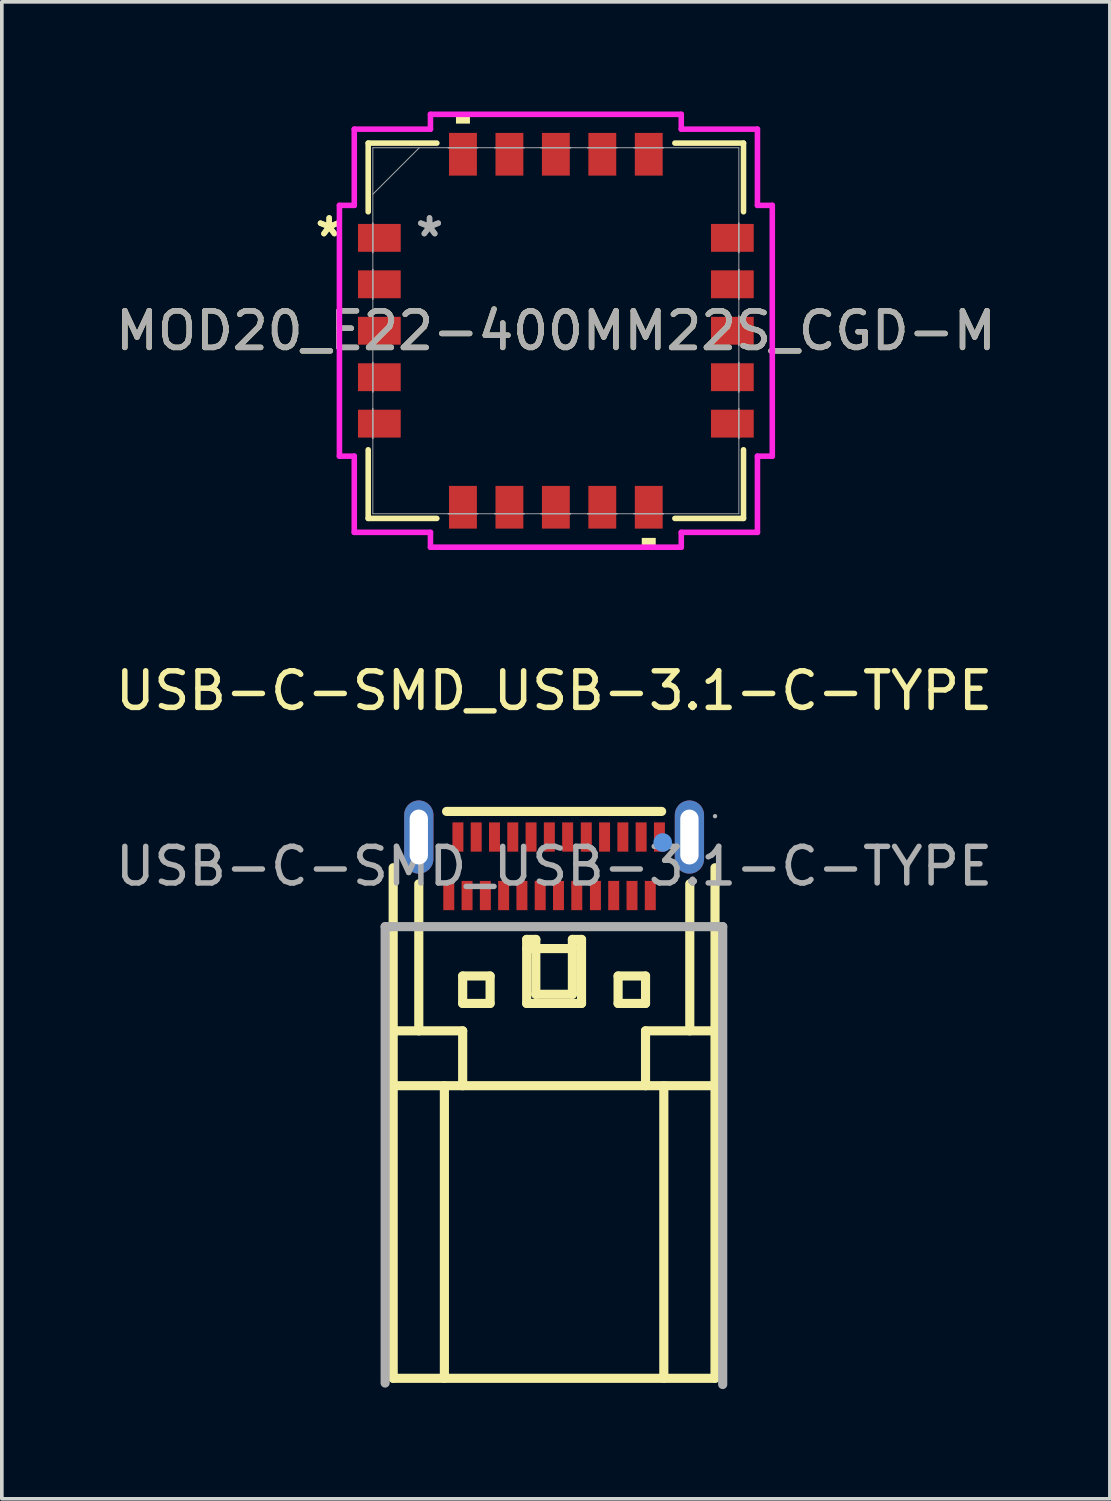
<source format=kicad_pcb>
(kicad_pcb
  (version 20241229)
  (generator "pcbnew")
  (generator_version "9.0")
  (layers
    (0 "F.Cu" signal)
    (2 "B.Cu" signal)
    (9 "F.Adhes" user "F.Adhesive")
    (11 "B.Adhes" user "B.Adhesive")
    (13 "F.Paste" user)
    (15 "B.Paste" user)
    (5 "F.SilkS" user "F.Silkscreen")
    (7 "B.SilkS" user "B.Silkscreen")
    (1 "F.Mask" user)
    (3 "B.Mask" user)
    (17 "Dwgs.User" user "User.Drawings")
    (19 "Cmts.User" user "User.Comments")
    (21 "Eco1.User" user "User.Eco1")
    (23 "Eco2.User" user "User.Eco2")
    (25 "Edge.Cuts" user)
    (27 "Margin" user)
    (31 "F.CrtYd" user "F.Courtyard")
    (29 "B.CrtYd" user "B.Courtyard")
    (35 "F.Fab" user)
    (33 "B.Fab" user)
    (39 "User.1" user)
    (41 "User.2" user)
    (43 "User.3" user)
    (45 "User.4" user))
  (footprint "USB-C-SMD_USB-3.1-C-TYPE"
    (layer "F.Cu")
    (at 12.101 20.637)
    (property "Reference" "USB-C-SMD_USB-3.1-C-TYPE" (at 0 -4.8 0) (layer "F.SilkS") (effects (font (size 1 1) (thickness 0.15))))
    (attr through_hole)
    (fp_line (start -4.4 4.5) (end -2.5 4.5) (stroke (width 0.25) (type solid)) (layer "F.SilkS"))
    (fp_line (start -4.4 6) (end 4.4 6) (stroke (width 0.25) (type solid)) (layer "F.SilkS"))
    (fp_line (start -4.4 14) (end -4.4 0.04) (stroke (width 0.25) (type solid)) (layer "F.SilkS"))
    (fp_line (start -4.4 14) (end 4.4 14) (stroke (width 0.25) (type solid)) (layer "F.SilkS"))
    (fp_line (start -3.7 4.5) (end -3.7 0.48) (stroke (width 0.25) (type solid)) (layer "F.SilkS"))
    (fp_line (start -3 6) (end -3 14) (stroke (width 0.25) (type solid)) (layer "F.SilkS"))
    (fp_line (start -2.94 -1.5) (end 2.94 -1.5) (stroke (width 0.25) (type solid)) (layer "F.SilkS"))
    (fp_line (start -2.5 3) (end -2.5 3.75) (stroke (width 0.25) (type solid)) (layer "F.SilkS"))
    (fp_line (start -2.5 3.75) (end -1.75 3.75) (stroke (width 0.25) (type solid)) (layer "F.SilkS"))
    (fp_line (start -2.5 4.5) (end -2.5 6) (stroke (width 0.25) (type solid)) (layer "F.SilkS"))
    (fp_line (start -1.75 3) (end -2.5 3) (stroke (width 0.25) (type solid)) (layer "F.SilkS"))
    (fp_line (start -1.75 3.75) (end -1.75 3) (stroke (width 0.25) (type solid)) (layer "F.SilkS"))
    (fp_line (start -0.75 2) (end -0.75 3.75) (stroke (width 0.25) (type solid)) (layer "F.SilkS"))
    (fp_line (start -0.75 2) (end -0.5 2) (stroke (width 0.25) (type solid)) (layer "F.SilkS"))
    (fp_line (start -0.75 2.25) (end 0.5 2.25) (stroke (width 0.25) (type solid)) (layer "F.SilkS"))
    (fp_line (start -0.75 3.75) (end 0.75 3.75) (stroke (width 0.25) (type solid)) (layer "F.SilkS"))
    (fp_line (start -0.5 2) (end -0.5 3.5) (stroke (width 0.25) (type solid)) (layer "F.SilkS"))
    (fp_line (start -0.5 3.5) (end 0.5 3.5) (stroke (width 0.25) (type solid)) (layer "F.SilkS"))
    (fp_line (start 0.5 2) (end 0.75 2) (stroke (width 0.25) (type solid)) (layer "F.SilkS"))
    (fp_line (start 0.5 3.5) (end 0.5 2) (stroke (width 0.25) (type solid)) (layer "F.SilkS"))
    (fp_line (start 0.75 3.75) (end 0.75 2) (stroke (width 0.25) (type solid)) (layer "F.SilkS"))
    (fp_line (start 1.75 3) (end 1.75 3.75) (stroke (width 0.25) (type solid)) (layer "F.SilkS"))
    (fp_line (start 1.75 3.75) (end 2.5 3.75) (stroke (width 0.25) (type solid)) (layer "F.SilkS"))
    (fp_line (start 2.5 3) (end 1.75 3) (stroke (width 0.25) (type solid)) (layer "F.SilkS"))
    (fp_line (start 2.5 3.75) (end 2.5 3) (stroke (width 0.25) (type solid)) (layer "F.SilkS"))
    (fp_line (start 2.5 4.5) (end 2.5 6) (stroke (width 0.25) (type solid)) (layer "F.SilkS"))
    (fp_line (start 3 6) (end 3 14) (stroke (width 0.25) (type solid)) (layer "F.SilkS"))
    (fp_line (start 3.71 4.5) (end 3.71 0.48) (stroke (width 0.25) (type solid)) (layer "F.SilkS"))
    (fp_line (start 4.4 4.5) (end 2.5 4.5) (stroke (width 0.25) (type solid)) (layer "F.SilkS"))
    (fp_line (start 4.4 14) (end 4.4 0.04) (stroke (width 0.25) (type solid)) (layer "F.SilkS"))
    (fp_circle (center 2.97 -0.65) (end 3.1 -0.65) (stroke (width 0.25) (type solid)) (fill no) (layer "Cmts.User"))
    (fp_line (start -4.62 1.65) (end -4.62 14.13) (stroke (width 0.25) (type solid)) (layer "F.Fab"))
    (fp_line (start -4.45 1.65) (end -4.62 1.65) (stroke (width 0.25) (type solid)) (layer "F.Fab"))
    (fp_line (start -4.45 1.65) (end 4.44 1.65) (stroke (width 0.25) (type solid)) (layer "F.Fab"))
    (fp_line (start 4.44 1.65) (end 4.61 1.65) (stroke (width 0.25) (type solid)) (layer "F.Fab"))
    (fp_line (start 4.61 1.65) (end 4.61 14.17) (stroke (width 0.25) (type solid)) (layer "F.Fab"))
    (fp_circle (center 4.4 -1.37) (end 4.43 -1.37) (stroke (width 0.06) (type solid)) (fill no) (layer "F.Fab"))
    (fp_text user "${REFERENCE}" (at 0 0 0) (layer "F.Fab") (effects (font (size 1 1) (thickness 0.15))))
    (pad "25" thru_hole oval (at 3.7 -0.8) (size 0.8 2) (drill oval 0.5 1.5) (layers "*.Cu" "*.Mask"))
    (pad "26" thru_hole oval (at -3.7 -0.8) (size 0.8 2) (drill oval 0.5 1.5) (layers "*.Cu" "*.Mask"))
    (pad "A1" smd rect (at 2.88 -0.8 180) (size 0.3 0.8) (layers "F.Cu" "F.Mask" "F.Paste"))
    (pad "A2" smd rect (at 2.38 -0.8 180) (size 0.3 0.8) (layers "F.Cu" "F.Mask" "F.Paste"))
    (pad "A3" smd rect (at 1.88 -0.8 180) (size 0.3 0.8) (layers "F.Cu" "F.Mask" "F.Paste"))
    (pad "A4" smd rect (at 1.38 -0.8 180) (size 0.3 0.8) (layers "F.Cu" "F.Mask" "F.Paste"))
    (pad "A5" smd rect (at 0.88 -0.8 180) (size 0.3 0.8) (layers "F.Cu" "F.Mask" "F.Paste"))
    (pad "A6" smd rect (at 0.37 -0.8 180) (size 0.3 0.8) (layers "F.Cu" "F.Mask" "F.Paste"))
    (pad "A7" smd rect (at -0.13 -0.8 180) (size 0.3 0.8) (layers "F.Cu" "F.Mask" "F.Paste"))
    (pad "A8" smd rect (at -0.63 -0.8 180) (size 0.3 0.8) (layers "F.Cu" "F.Mask" "F.Paste"))
    (pad "A9" smd rect (at -1.13 -0.8 180) (size 0.3 0.8) (layers "F.Cu" "F.Mask" "F.Paste"))
    (pad "A10" smd rect (at -1.63 -0.8 180) (size 0.3 0.8) (layers "F.Cu" "F.Mask" "F.Paste"))
    (pad "A11" smd rect (at -2.13 -0.8 180) (size 0.3 0.8) (layers "F.Cu" "F.Mask" "F.Paste"))
    (pad "A12" smd rect (at -2.63 -0.8 180) (size 0.3 0.8) (layers "F.Cu" "F.Mask" "F.Paste"))
    (pad "B1" smd rect (at -2.88 0.8) (size 0.3 0.8) (layers "F.Cu" "F.Mask" "F.Paste"))
    (pad "B2" smd rect (at -2.38 0.8) (size 0.3 0.8) (layers "F.Cu" "F.Mask" "F.Paste"))
    (pad "B3" smd rect (at -1.88 0.8) (size 0.3 0.8) (layers "F.Cu" "F.Mask" "F.Paste"))
    (pad "B4" smd rect (at -1.38 0.8) (size 0.3 0.8) (layers "F.Cu" "F.Mask" "F.Paste"))
    (pad "B5" smd rect (at -0.88 0.8) (size 0.3 0.8) (layers "F.Cu" "F.Mask" "F.Paste"))
    (pad "B6" smd rect (at -0.38 0.8) (size 0.3 0.8) (layers "F.Cu" "F.Mask" "F.Paste"))
    (pad "B7" smd rect (at 0.12 0.8) (size 0.3 0.8) (layers "F.Cu" "F.Mask" "F.Paste"))
    (pad "B8" smd rect (at 0.62 0.8) (size 0.3 0.8) (layers "F.Cu" "F.Mask" "F.Paste"))
    (pad "B9" smd rect (at 1.13 0.8) (size 0.3 0.8) (layers "F.Cu" "F.Mask" "F.Paste"))
    (pad "B10" smd rect (at 1.63 0.8) (size 0.3 0.8) (layers "F.Cu" "F.Mask" "F.Paste"))
    (pad "B11" smd rect (at 2.13 0.8) (size 0.3 0.8) (layers "F.Cu" "F.Mask" "F.Paste"))
    (pad "B12" smd rect (at 2.63 0.8) (size 0.3 0.8) (layers "F.Cu" "F.Mask" "F.Paste")))
  (footprint "MOD20_E22-400MM22S_CGD-M"
    (layer "F.Cu")
    (at 12.149 5.994)
    (property "Reference" "MOD20_E22-400MM22S_CGD-M" (at 0 0 0) (unlocked yes) (layer "F.SilkS") (effects (font (size 1 1) (thickness 0.15))))
    (attr smd)
    (fp_line (start -5.131 -5.131) (end -5.131 -3.254) (stroke (width 0.152) (type solid)) (layer "F.SilkS"))
    (fp_line (start -5.131 3.254) (end -5.131 5.131) (stroke (width 0.152) (type solid)) (layer "F.SilkS"))
    (fp_line (start -5.131 5.131) (end -3.254 5.131) (stroke (width 0.152) (type solid)) (layer "F.SilkS"))
    (fp_line (start -3.254 -5.131) (end -5.131 -5.131) (stroke (width 0.152) (type solid)) (layer "F.SilkS"))
    (fp_line (start 3.254 5.131) (end 5.131 5.131) (stroke (width 0.152) (type solid)) (layer "F.SilkS"))
    (fp_line (start 5.131 -5.131) (end 3.254 -5.131) (stroke (width 0.152) (type solid)) (layer "F.SilkS"))
    (fp_line (start 5.131 -3.254) (end 5.131 -5.131) (stroke (width 0.152) (type solid)) (layer "F.SilkS"))
    (fp_line (start 5.131 5.131) (end 5.131 3.254) (stroke (width 0.152) (type solid)) (layer "F.SilkS"))
    (fp_poly (pts (xy -2.731 -5.664) (xy -2.731 -5.918) (xy -2.349 -5.918) (xy -2.349 -5.664)) (stroke (width 0) (type solid)) (fill yes) (layer "F.SilkS"))
    (fp_poly (pts (xy 2.349 5.664) (xy 2.349 5.918) (xy 2.731 5.918) (xy 2.731 5.664)) (stroke (width 0) (type solid)) (fill yes) (layer "F.SilkS"))
    (fp_line (start -5.918 -3.429) (end -5.512 -3.429) (stroke (width 0.152) (type solid)) (layer "F.CrtYd"))
    (fp_line (start -5.918 3.429) (end -5.918 -3.429) (stroke (width 0.152) (type solid)) (layer "F.CrtYd"))
    (fp_line (start -5.512 -5.512) (end -3.429 -5.512) (stroke (width 0.152) (type solid)) (layer "F.CrtYd"))
    (fp_line (start -5.512 -3.429) (end -5.512 -5.512) (stroke (width 0.152) (type solid)) (layer "F.CrtYd"))
    (fp_line (start -5.512 3.429) (end -5.918 3.429) (stroke (width 0.152) (type solid)) (layer "F.CrtYd"))
    (fp_line (start -5.512 5.512) (end -5.512 3.429) (stroke (width 0.152) (type solid)) (layer "F.CrtYd"))
    (fp_line (start -3.429 -5.918) (end 3.429 -5.918) (stroke (width 0.152) (type solid)) (layer "F.CrtYd"))
    (fp_line (start -3.429 -5.512) (end -3.429 -5.918) (stroke (width 0.152) (type solid)) (layer "F.CrtYd"))
    (fp_line (start -3.429 5.512) (end -5.512 5.512) (stroke (width 0.152) (type solid)) (layer "F.CrtYd"))
    (fp_line (start -3.429 5.918) (end -3.429 5.512) (stroke (width 0.152) (type solid)) (layer "F.CrtYd"))
    (fp_line (start 3.429 -5.918) (end 3.429 -5.512) (stroke (width 0.152) (type solid)) (layer "F.CrtYd"))
    (fp_line (start 3.429 -5.512) (end 5.512 -5.512) (stroke (width 0.152) (type solid)) (layer "F.CrtYd"))
    (fp_line (start 3.429 5.512) (end 3.429 5.918) (stroke (width 0.152) (type solid)) (layer "F.CrtYd"))
    (fp_line (start 3.429 5.918) (end -3.429 5.918) (stroke (width 0.152) (type solid)) (layer "F.CrtYd"))
    (fp_line (start 5.512 -5.512) (end 5.512 -3.429) (stroke (width 0.152) (type solid)) (layer "F.CrtYd"))
    (fp_line (start 5.512 -3.429) (end 5.918 -3.429) (stroke (width 0.152) (type solid)) (layer "F.CrtYd"))
    (fp_line (start 5.512 3.429) (end 5.512 5.512) (stroke (width 0.152) (type solid)) (layer "F.CrtYd"))
    (fp_line (start 5.512 5.512) (end 3.429 5.512) (stroke (width 0.152) (type solid)) (layer "F.CrtYd"))
    (fp_line (start 5.918 -3.429) (end 5.918 3.429) (stroke (width 0.152) (type solid)) (layer "F.CrtYd"))
    (fp_line (start 5.918 3.429) (end 5.512 3.429) (stroke (width 0.152) (type solid)) (layer "F.CrtYd"))
    (fp_line (start -5.004 -5.004) (end -5.004 5.004) (stroke (width 0.025) (type solid)) (layer "F.Fab"))
    (fp_line (start -5.004 -3.734) (end -3.734 -5.004) (stroke (width 0.025) (type solid)) (layer "F.Fab"))
    (fp_line (start -5.004 -2.946) (end -5.004 -2.946) (stroke (width 0.025) (type solid)) (layer "F.Fab"))
    (fp_line (start -5.004 -2.946) (end -5.004 -2.134) (stroke (width 0.025) (type solid)) (layer "F.Fab"))
    (fp_line (start -5.004 -2.134) (end -5.004 -2.946) (stroke (width 0.025) (type solid)) (layer "F.Fab"))
    (fp_line (start -5.004 -2.134) (end -5.004 -2.134) (stroke (width 0.025) (type solid)) (layer "F.Fab"))
    (fp_line (start -5.004 -1.676) (end -5.004 -1.676) (stroke (width 0.025) (type solid)) (layer "F.Fab"))
    (fp_line (start -5.004 -1.676) (end -5.004 -0.864) (stroke (width 0.025) (type solid)) (layer "F.Fab"))
    (fp_line (start -5.004 -0.864) (end -5.004 -1.676) (stroke (width 0.025) (type solid)) (layer "F.Fab"))
    (fp_line (start -5.004 -0.864) (end -5.004 -0.864) (stroke (width 0.025) (type solid)) (layer "F.Fab"))
    (fp_line (start -5.004 -0.406) (end -5.004 -0.406) (stroke (width 0.025) (type solid)) (layer "F.Fab"))
    (fp_line (start -5.004 -0.406) (end -5.004 0.406) (stroke (width 0.025) (type solid)) (layer "F.Fab"))
    (fp_line (start -5.004 0.406) (end -5.004 -0.406) (stroke (width 0.025) (type solid)) (layer "F.Fab"))
    (fp_line (start -5.004 0.406) (end -5.004 0.406) (stroke (width 0.025) (type solid)) (layer "F.Fab"))
    (fp_line (start -5.004 0.864) (end -5.004 0.864) (stroke (width 0.025) (type solid)) (layer "F.Fab"))
    (fp_line (start -5.004 0.864) (end -5.004 1.676) (stroke (width 0.025) (type solid)) (layer "F.Fab"))
    (fp_line (start -5.004 1.676) (end -5.004 0.864) (stroke (width 0.025) (type solid)) (layer "F.Fab"))
    (fp_line (start -5.004 1.676) (end -5.004 1.676) (stroke (width 0.025) (type solid)) (layer "F.Fab"))
    (fp_line (start -5.004 2.134) (end -5.004 2.134) (stroke (width 0.025) (type solid)) (layer "F.Fab"))
    (fp_line (start -5.004 2.134) (end -5.004 2.946) (stroke (width 0.025) (type solid)) (layer "F.Fab"))
    (fp_line (start -5.004 2.946) (end -5.004 2.134) (stroke (width 0.025) (type solid)) (layer "F.Fab"))
    (fp_line (start -5.004 2.946) (end -5.004 2.946) (stroke (width 0.025) (type solid)) (layer "F.Fab"))
    (fp_line (start -5.004 5.004) (end 5.004 5.004) (stroke (width 0.025) (type solid)) (layer "F.Fab"))
    (fp_line (start -2.946 -5.004) (end -2.946 -5.004) (stroke (width 0.025) (type solid)) (layer "F.Fab"))
    (fp_line (start -2.946 -5.004) (end -2.134 -5.004) (stroke (width 0.025) (type solid)) (layer "F.Fab"))
    (fp_line (start -2.946 5.004) (end -2.946 5.004) (stroke (width 0.025) (type solid)) (layer "F.Fab"))
    (fp_line (start -2.946 5.004) (end -2.134 5.004) (stroke (width 0.025) (type solid)) (layer "F.Fab"))
    (fp_line (start -2.134 -5.004) (end -2.946 -5.004) (stroke (width 0.025) (type solid)) (layer "F.Fab"))
    (fp_line (start -2.134 -5.004) (end -2.134 -5.004) (stroke (width 0.025) (type solid)) (layer "F.Fab"))
    (fp_line (start -2.134 5.004) (end -2.946 5.004) (stroke (width 0.025) (type solid)) (layer "F.Fab"))
    (fp_line (start -2.134 5.004) (end -2.134 5.004) (stroke (width 0.025) (type solid)) (layer "F.Fab"))
    (fp_line (start -1.676 -5.004) (end -1.676 -5.004) (stroke (width 0.025) (type solid)) (layer "F.Fab"))
    (fp_line (start -1.676 -5.004) (end -0.864 -5.004) (stroke (width 0.025) (type solid)) (layer "F.Fab"))
    (fp_line (start -1.676 5.004) (end -1.676 5.004) (stroke (width 0.025) (type solid)) (layer "F.Fab"))
    (fp_line (start -1.676 5.004) (end -0.864 5.004) (stroke (width 0.025) (type solid)) (layer "F.Fab"))
    (fp_line (start -0.864 -5.004) (end -1.676 -5.004) (stroke (width 0.025) (type solid)) (layer "F.Fab"))
    (fp_line (start -0.864 -5.004) (end -0.864 -5.004) (stroke (width 0.025) (type solid)) (layer "F.Fab"))
    (fp_line (start -0.864 5.004) (end -1.676 5.004) (stroke (width 0.025) (type solid)) (layer "F.Fab"))
    (fp_line (start -0.864 5.004) (end -0.864 5.004) (stroke (width 0.025) (type solid)) (layer "F.Fab"))
    (fp_line (start -0.406 -5.004) (end -0.406 -5.004) (stroke (width 0.025) (type solid)) (layer "F.Fab"))
    (fp_line (start -0.406 -5.004) (end 0.406 -5.004) (stroke (width 0.025) (type solid)) (layer "F.Fab"))
    (fp_line (start -0.406 5.004) (end -0.406 5.004) (stroke (width 0.025) (type solid)) (layer "F.Fab"))
    (fp_line (start -0.406 5.004) (end 0.406 5.004) (stroke (width 0.025) (type solid)) (layer "F.Fab"))
    (fp_line (start 0.406 -5.004) (end -0.406 -5.004) (stroke (width 0.025) (type solid)) (layer "F.Fab"))
    (fp_line (start 0.406 -5.004) (end 0.406 -5.004) (stroke (width 0.025) (type solid)) (layer "F.Fab"))
    (fp_line (start 0.406 5.004) (end -0.406 5.004) (stroke (width 0.025) (type solid)) (layer "F.Fab"))
    (fp_line (start 0.406 5.004) (end 0.406 5.004) (stroke (width 0.025) (type solid)) (layer "F.Fab"))
    (fp_line (start 0.864 -5.004) (end 0.864 -5.004) (stroke (width 0.025) (type solid)) (layer "F.Fab"))
    (fp_line (start 0.864 -5.004) (end 1.676 -5.004) (stroke (width 0.025) (type solid)) (layer "F.Fab"))
    (fp_line (start 0.864 5.004) (end 0.864 5.004) (stroke (width 0.025) (type solid)) (layer "F.Fab"))
    (fp_line (start 0.864 5.004) (end 1.676 5.004) (stroke (width 0.025) (type solid)) (layer "F.Fab"))
    (fp_line (start 1.676 -5.004) (end 0.864 -5.004) (stroke (width 0.025) (type solid)) (layer "F.Fab"))
    (fp_line (start 1.676 -5.004) (end 1.676 -5.004) (stroke (width 0.025) (type solid)) (layer "F.Fab"))
    (fp_line (start 1.676 5.004) (end 0.864 5.004) (stroke (width 0.025) (type solid)) (layer "F.Fab"))
    (fp_line (start 1.676 5.004) (end 1.676 5.004) (stroke (width 0.025) (type solid)) (layer "F.Fab"))
    (fp_line (start 2.134 -5.004) (end 2.134 -5.004) (stroke (width 0.025) (type solid)) (layer "F.Fab"))
    (fp_line (start 2.134 -5.004) (end 2.946 -5.004) (stroke (width 0.025) (type solid)) (layer "F.Fab"))
    (fp_line (start 2.134 5.004) (end 2.134 5.004) (stroke (width 0.025) (type solid)) (layer "F.Fab"))
    (fp_line (start 2.134 5.004) (end 2.946 5.004) (stroke (width 0.025) (type solid)) (layer "F.Fab"))
    (fp_line (start 2.946 -5.004) (end 2.134 -5.004) (stroke (width 0.025) (type solid)) (layer "F.Fab"))
    (fp_line (start 2.946 -5.004) (end 2.946 -5.004) (stroke (width 0.025) (type solid)) (layer "F.Fab"))
    (fp_line (start 2.946 5.004) (end 2.134 5.004) (stroke (width 0.025) (type solid)) (layer "F.Fab"))
    (fp_line (start 2.946 5.004) (end 2.946 5.004) (stroke (width 0.025) (type solid)) (layer "F.Fab"))
    (fp_line (start 5.004 -5.004) (end -5.004 -5.004) (stroke (width 0.025) (type solid)) (layer "F.Fab"))
    (fp_line (start 5.004 -2.946) (end 5.004 -2.946) (stroke (width 0.025) (type solid)) (layer "F.Fab"))
    (fp_line (start 5.004 -2.946) (end 5.004 -2.134) (stroke (width 0.025) (type solid)) (layer "F.Fab"))
    (fp_line (start 5.004 -2.134) (end 5.004 -2.946) (stroke (width 0.025) (type solid)) (layer "F.Fab"))
    (fp_line (start 5.004 -2.134) (end 5.004 -2.134) (stroke (width 0.025) (type solid)) (layer "F.Fab"))
    (fp_line (start 5.004 -1.676) (end 5.004 -1.676) (stroke (width 0.025) (type solid)) (layer "F.Fab"))
    (fp_line (start 5.004 -1.676) (end 5.004 -0.864) (stroke (width 0.025) (type solid)) (layer "F.Fab"))
    (fp_line (start 5.004 -0.864) (end 5.004 -1.676) (stroke (width 0.025) (type solid)) (layer "F.Fab"))
    (fp_line (start 5.004 -0.864) (end 5.004 -0.864) (stroke (width 0.025) (type solid)) (layer "F.Fab"))
    (fp_line (start 5.004 -0.406) (end 5.004 -0.406) (stroke (width 0.025) (type solid)) (layer "F.Fab"))
    (fp_line (start 5.004 -0.406) (end 5.004 0.406) (stroke (width 0.025) (type solid)) (layer "F.Fab"))
    (fp_line (start 5.004 0.406) (end 5.004 -0.406) (stroke (width 0.025) (type solid)) (layer "F.Fab"))
    (fp_line (start 5.004 0.406) (end 5.004 0.406) (stroke (width 0.025) (type solid)) (layer "F.Fab"))
    (fp_line (start 5.004 0.864) (end 5.004 0.864) (stroke (width 0.025) (type solid)) (layer "F.Fab"))
    (fp_line (start 5.004 0.864) (end 5.004 1.676) (stroke (width 0.025) (type solid)) (layer "F.Fab"))
    (fp_line (start 5.004 1.676) (end 5.004 0.864) (stroke (width 0.025) (type solid)) (layer "F.Fab"))
    (fp_line (start 5.004 1.676) (end 5.004 1.676) (stroke (width 0.025) (type solid)) (layer "F.Fab"))
    (fp_line (start 5.004 2.134) (end 5.004 2.134) (stroke (width 0.025) (type solid)) (layer "F.Fab"))
    (fp_line (start 5.004 2.134) (end 5.004 2.946) (stroke (width 0.025) (type solid)) (layer "F.Fab"))
    (fp_line (start 5.004 2.946) (end 5.004 2.134) (stroke (width 0.025) (type solid)) (layer "F.Fab"))
    (fp_line (start 5.004 2.946) (end 5.004 2.946) (stroke (width 0.025) (type solid)) (layer "F.Fab"))
    (fp_line (start 5.004 5.004) (end 5.004 -5.004) (stroke (width 0.025) (type solid)) (layer "F.Fab"))
    (fp_text user "*" (at -6.198 -2.54 0) (unlocked yes) (layer "F.SilkS") (effects (font (size 1 1) (thickness 0.15))))
    (fp_text user "*" (at -6.198 -2.54 0) (layer "F.SilkS") (effects (font (size 1 1) (thickness 0.15))))
    (fp_text user "${REFERENCE}" (at 0 0 0) (unlocked yes) (layer "F.Fab") (effects (font (size 1 1) (thickness 0.15))))
    (fp_text user "*" (at -3.454 -2.54 0) (layer "F.Fab") (effects (font (size 1 1) (thickness 0.15))))
    (fp_text user "*" (at -3.454 -2.54 0) (unlocked yes) (layer "F.Fab") (effects (font (size 1 1) (thickness 0.15))))
    (pad "1" smd rect (at -4.826 -2.54 90) (size 0.762 1.168) (layers "F.Cu" "F.Mask" "F.Paste"))
    (pad "2" smd rect (at -4.826 -1.27 90) (size 0.762 1.168) (layers "F.Cu" "F.Mask" "F.Paste"))
    (pad "3" smd rect (at -4.826 0 90) (size 0.762 1.168) (layers "F.Cu" "F.Mask" "F.Paste"))
    (pad "4" smd rect (at -4.826 1.27 90) (size 0.762 1.168) (layers "F.Cu" "F.Mask" "F.Paste"))
    (pad "5" smd rect (at -4.826 2.54 90) (size 0.762 1.168) (layers "F.Cu" "F.Mask" "F.Paste"))
    (pad "6" smd rect (at -2.54 4.826) (size 0.762 1.168) (layers "F.Cu" "F.Mask" "F.Paste"))
    (pad "7" smd rect (at -1.27 4.826) (size 0.762 1.168) (layers "F.Cu" "F.Mask" "F.Paste"))
    (pad "8" smd rect (at 0 4.826) (size 0.762 1.168) (layers "F.Cu" "F.Mask" "F.Paste"))
    (pad "9" smd rect (at 1.27 4.826) (size 0.762 1.168) (layers "F.Cu" "F.Mask" "F.Paste"))
    (pad "10" smd rect (at 2.54 4.826) (size 0.762 1.168) (layers "F.Cu" "F.Mask" "F.Paste"))
    (pad "11" smd rect (at 4.826 2.54 90) (size 0.762 1.168) (layers "F.Cu" "F.Mask" "F.Paste"))
    (pad "12" smd rect (at 4.826 1.27 90) (size 0.762 1.168) (layers "F.Cu" "F.Mask" "F.Paste"))
    (pad "13" smd rect (at 4.826 0 90) (size 0.762 1.168) (layers "F.Cu" "F.Mask" "F.Paste"))
    (pad "14" smd rect (at 4.826 -1.27 90) (size 0.762 1.168) (layers "F.Cu" "F.Mask" "F.Paste"))
    (pad "15" smd rect (at 4.826 -2.54 90) (size 0.762 1.168) (layers "F.Cu" "F.Mask" "F.Paste"))
    (pad "16" smd rect (at 2.54 -4.826) (size 0.762 1.168) (layers "F.Cu" "F.Mask" "F.Paste"))
    (pad "17" smd rect (at 1.27 -4.826) (size 0.762 1.168) (layers "F.Cu" "F.Mask" "F.Paste"))
    (pad "18" smd rect (at 0 -4.826) (size 0.762 1.168) (layers "F.Cu" "F.Mask" "F.Paste"))
    (pad "19" smd rect (at -1.27 -4.826) (size 0.762 1.168) (layers "F.Cu" "F.Mask" "F.Paste"))
    (pad "20" smd rect (at -2.54 -4.826) (size 0.762 1.168) (layers "F.Cu" "F.Mask" "F.Paste")))
  (gr_rect
    (start -3 -3)
    (end 27.298 37.932)
    (stroke (width 0.1) (type default))
    (fill no)
    (layer "Edge.Cuts")))
</source>
